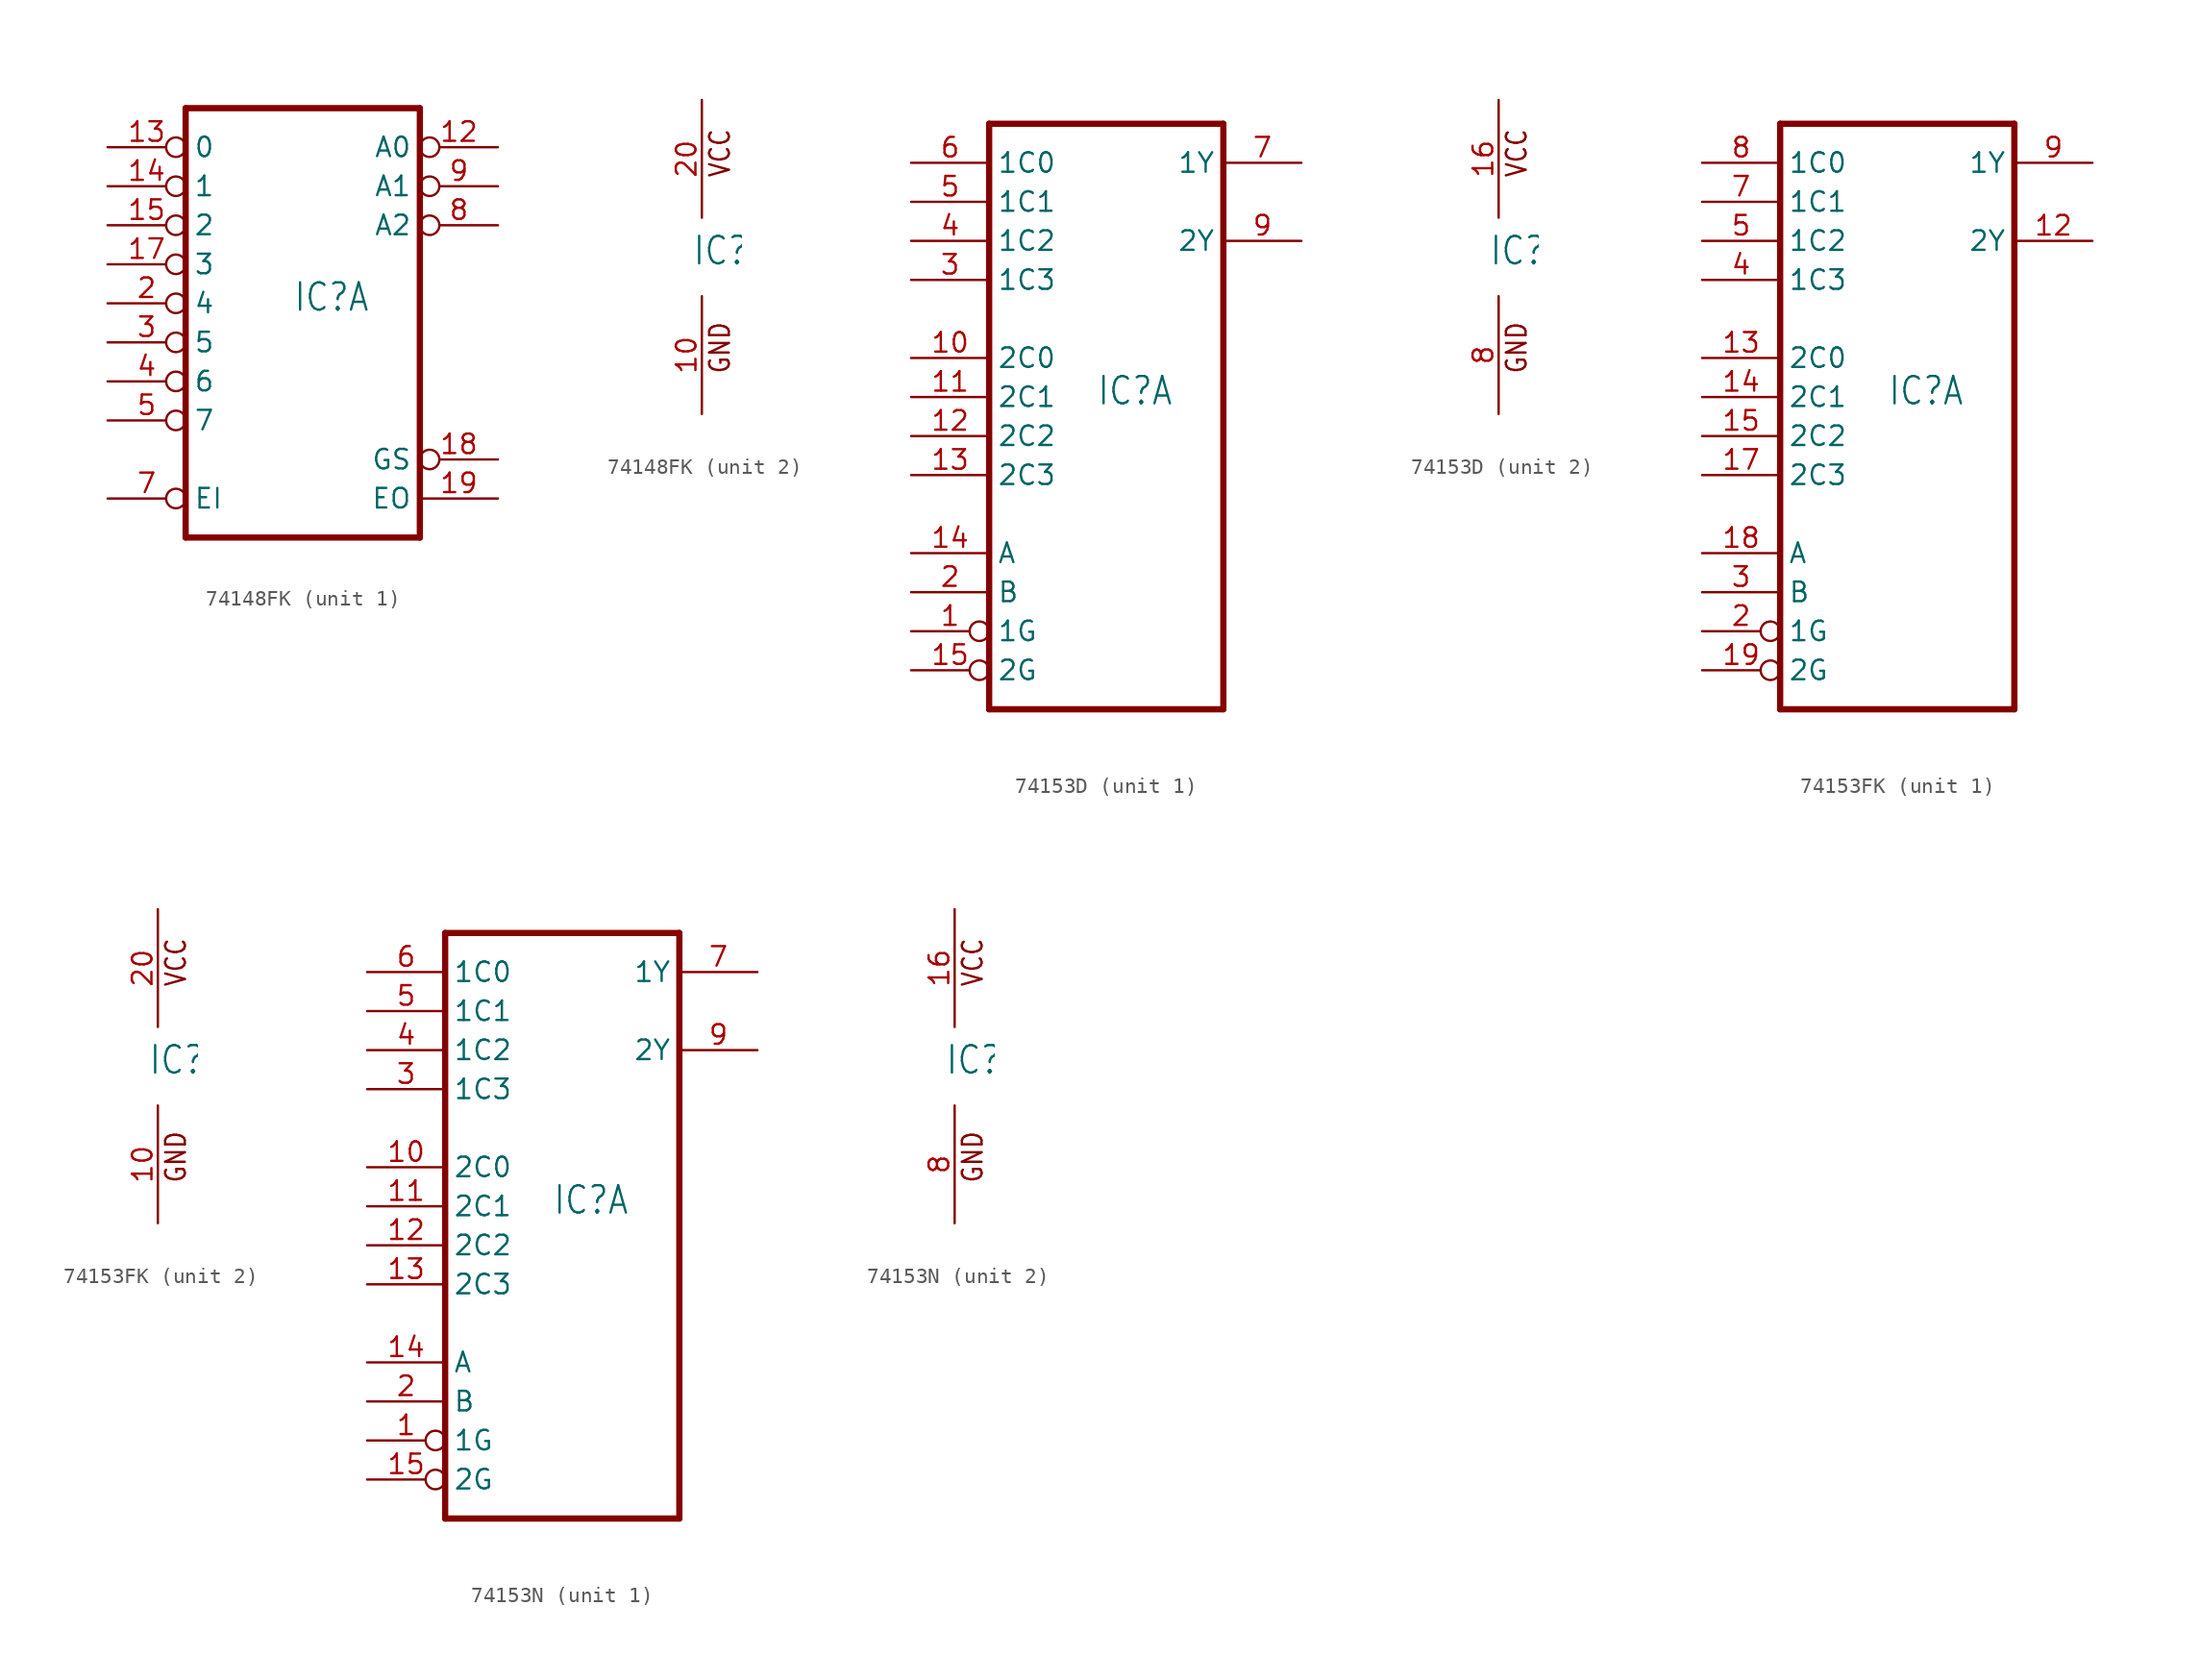
<source format=kicad_sym>
(kicad_symbol_lib
  (version 20231120)
  (generator "kicad_symbol_editor")
  (generator_version "8.0")
  (symbol "74148FK"
    (property "Reference" "IC"
      (at -0.635 -0.635 0)
      (effects (font (size 1.778 1.511)) (justify left bottom)))
    (property "ki_locked" ""
      (at 0 0 0)
      (effects (font (size 1.27 1.27))))
    (symbol "74148FK_1_0"
      (polyline (pts (xy -7.62 -15.24) (xy 7.62 -15.24)) (stroke (width 0.406) (type solid)) (fill (type none)))
      (polyline (pts (xy -7.62 12.7) (xy -7.62 -15.24)) (stroke (width 0.406) (type solid)) (fill (type none)))
      (polyline (pts (xy 7.62 -15.24) (xy 7.62 12.7)) (stroke (width 0.406) (type solid)) (fill (type none)))
      (polyline (pts (xy 7.62 12.7) (xy -7.62 12.7)) (stroke (width 0.406) (type solid)) (fill (type none)))
      (pin output inverted (at 12.7 10.16 180) (length 5.08) (name "A0" (effects (font (size 1.27 1.27)))) (number "12" (effects (font (size 1.27 1.27)))))
      (pin input inverted (at -12.7 10.16 0) (length 5.08) (name "0" (effects (font (size 1.27 1.27)))) (number "13" (effects (font (size 1.27 1.27)))))
      (pin input inverted (at -12.7 7.62 0) (length 5.08) (name "1" (effects (font (size 1.27 1.27)))) (number "14" (effects (font (size 1.27 1.27)))))
      (pin input inverted (at -12.7 5.08 0) (length 5.08) (name "2" (effects (font (size 1.27 1.27)))) (number "15" (effects (font (size 1.27 1.27)))))
      (pin input inverted (at -12.7 2.54 0) (length 5.08) (name "3" (effects (font (size 1.27 1.27)))) (number "17" (effects (font (size 1.27 1.27)))))
      (pin output inverted (at 12.7 -10.16 180) (length 5.08) (name "GS" (effects (font (size 1.27 1.27)))) (number "18" (effects (font (size 1.27 1.27)))))
      (pin output line (at 12.7 -12.7 180) (length 5.08) (name "EO" (effects (font (size 1.27 1.27)))) (number "19" (effects (font (size 1.27 1.27)))))
      (pin input inverted (at -12.7 0 0) (length 5.08) (name "4" (effects (font (size 1.27 1.27)))) (number "2" (effects (font (size 1.27 1.27)))))
      (pin input inverted (at -12.7 -2.54 0) (length 5.08) (name "5" (effects (font (size 1.27 1.27)))) (number "3" (effects (font (size 1.27 1.27)))))
      (pin input inverted (at -12.7 -5.08 0) (length 5.08) (name "6" (effects (font (size 1.27 1.27)))) (number "4" (effects (font (size 1.27 1.27)))))
      (pin input inverted (at -12.7 -7.62 0) (length 5.08) (name "7" (effects (font (size 1.27 1.27)))) (number "5" (effects (font (size 1.27 1.27)))))
      (pin input inverted (at -12.7 -12.7 0) (length 5.08) (name "EI" (effects (font (size 1.27 1.27)))) (number "7" (effects (font (size 1.27 1.27)))))
      (pin output inverted (at 12.7 5.08 180) (length 5.08) (name "A2" (effects (font (size 1.27 1.27)))) (number "8" (effects (font (size 1.27 1.27)))))
      (pin output inverted (at 12.7 7.62 180) (length 5.08) (name "A1" (effects (font (size 1.27 1.27)))) (number "9" (effects (font (size 1.27 1.27))))))
    (symbol "74148FK_2_0"
      (text "GND" (at 1.905 -7.62 900) (effects (font (size 1.27 1.079)) (justify left bottom)))
      (text "VCC" (at 1.905 5.08 900) (effects (font (size 1.27 1.079)) (justify left bottom)))
      (pin power_in line (at 0 -10.16 90) (length 7.62) (name "GND" (effects (font (size 0 0)))) (number "10" (effects (font (size 1.27 1.27)))))
      (pin power_in line (at 0 10.16 270) (length 7.62) (name "VCC" (effects (font (size 0 0)))) (number "20" (effects (font (size 1.27 1.27)))))))
  (symbol "74153D"
    (property "Reference" "IC"
      (at -0.635 -0.635 0)
      (effects (font (size 1.778 1.511)) (justify left bottom)))
    (property "ki_locked" ""
      (at 0 0 0)
      (effects (font (size 1.27 1.27))))
    (symbol "74153D_1_0"
      (polyline (pts (xy -7.62 -20.32) (xy 7.62 -20.32)) (stroke (width 0.406) (type solid)) (fill (type none)))
      (polyline (pts (xy -7.62 17.78) (xy -7.62 -20.32)) (stroke (width 0.406) (type solid)) (fill (type none)))
      (polyline (pts (xy 7.62 -20.32) (xy 7.62 17.78)) (stroke (width 0.406) (type solid)) (fill (type none)))
      (polyline (pts (xy 7.62 17.78) (xy -7.62 17.78)) (stroke (width 0.406) (type solid)) (fill (type none)))
      (pin input inverted (at -12.7 -15.24 0) (length 5.08) (name "1G" (effects (font (size 1.27 1.27)))) (number "1" (effects (font (size 1.27 1.27)))))
      (pin input line (at -12.7 2.54 0) (length 5.08) (name "2C0" (effects (font (size 1.27 1.27)))) (number "10" (effects (font (size 1.27 1.27)))))
      (pin input line (at -12.7 0 0) (length 5.08) (name "2C1" (effects (font (size 1.27 1.27)))) (number "11" (effects (font (size 1.27 1.27)))))
      (pin input line (at -12.7 -2.54 0) (length 5.08) (name "2C2" (effects (font (size 1.27 1.27)))) (number "12" (effects (font (size 1.27 1.27)))))
      (pin input line (at -12.7 -5.08 0) (length 5.08) (name "2C3" (effects (font (size 1.27 1.27)))) (number "13" (effects (font (size 1.27 1.27)))))
      (pin input line (at -12.7 -10.16 0) (length 5.08) (name "A" (effects (font (size 1.27 1.27)))) (number "14" (effects (font (size 1.27 1.27)))))
      (pin input inverted (at -12.7 -17.78 0) (length 5.08) (name "2G" (effects (font (size 1.27 1.27)))) (number "15" (effects (font (size 1.27 1.27)))))
      (pin input line (at -12.7 -12.7 0) (length 5.08) (name "B" (effects (font (size 1.27 1.27)))) (number "2" (effects (font (size 1.27 1.27)))))
      (pin input line (at -12.7 7.62 0) (length 5.08) (name "1C3" (effects (font (size 1.27 1.27)))) (number "3" (effects (font (size 1.27 1.27)))))
      (pin input line (at -12.7 10.16 0) (length 5.08) (name "1C2" (effects (font (size 1.27 1.27)))) (number "4" (effects (font (size 1.27 1.27)))))
      (pin input line (at -12.7 12.7 0) (length 5.08) (name "1C1" (effects (font (size 1.27 1.27)))) (number "5" (effects (font (size 1.27 1.27)))))
      (pin input line (at -12.7 15.24 0) (length 5.08) (name "1C0" (effects (font (size 1.27 1.27)))) (number "6" (effects (font (size 1.27 1.27)))))
      (pin output line (at 12.7 15.24 180) (length 5.08) (name "1Y" (effects (font (size 1.27 1.27)))) (number "7" (effects (font (size 1.27 1.27)))))
      (pin output line (at 12.7 10.16 180) (length 5.08) (name "2Y" (effects (font (size 1.27 1.27)))) (number "9" (effects (font (size 1.27 1.27))))))
    (symbol "74153D_2_0"
      (text "GND" (at 1.905 -7.62 900) (effects (font (size 1.27 1.079)) (justify left bottom)))
      (text "VCC" (at 1.905 5.08 900) (effects (font (size 1.27 1.079)) (justify left bottom)))
      (pin power_in line (at 0 10.16 270) (length 7.62) (name "VCC" (effects (font (size 0 0)))) (number "16" (effects (font (size 1.27 1.27)))))
      (pin power_in line (at 0 -10.16 90) (length 7.62) (name "GND" (effects (font (size 0 0)))) (number "8" (effects (font (size 1.27 1.27)))))))
  (symbol "74153FK"
    (property "Reference" "IC"
      (at -0.635 -0.635 0)
      (effects (font (size 1.778 1.511)) (justify left bottom)))
    (property "ki_locked" ""
      (at 0 0 0)
      (effects (font (size 1.27 1.27))))
    (symbol "74153FK_1_0"
      (polyline (pts (xy -7.62 -20.32) (xy 7.62 -20.32)) (stroke (width 0.406) (type solid)) (fill (type none)))
      (polyline (pts (xy -7.62 17.78) (xy -7.62 -20.32)) (stroke (width 0.406) (type solid)) (fill (type none)))
      (polyline (pts (xy 7.62 -20.32) (xy 7.62 17.78)) (stroke (width 0.406) (type solid)) (fill (type none)))
      (polyline (pts (xy 7.62 17.78) (xy -7.62 17.78)) (stroke (width 0.406) (type solid)) (fill (type none)))
      (pin output line (at 12.7 10.16 180) (length 5.08) (name "2Y" (effects (font (size 1.27 1.27)))) (number "12" (effects (font (size 1.27 1.27)))))
      (pin input line (at -12.7 2.54 0) (length 5.08) (name "2C0" (effects (font (size 1.27 1.27)))) (number "13" (effects (font (size 1.27 1.27)))))
      (pin input line (at -12.7 0 0) (length 5.08) (name "2C1" (effects (font (size 1.27 1.27)))) (number "14" (effects (font (size 1.27 1.27)))))
      (pin input line (at -12.7 -2.54 0) (length 5.08) (name "2C2" (effects (font (size 1.27 1.27)))) (number "15" (effects (font (size 1.27 1.27)))))
      (pin input line (at -12.7 -5.08 0) (length 5.08) (name "2C3" (effects (font (size 1.27 1.27)))) (number "17" (effects (font (size 1.27 1.27)))))
      (pin input line (at -12.7 -10.16 0) (length 5.08) (name "A" (effects (font (size 1.27 1.27)))) (number "18" (effects (font (size 1.27 1.27)))))
      (pin input inverted (at -12.7 -17.78 0) (length 5.08) (name "2G" (effects (font (size 1.27 1.27)))) (number "19" (effects (font (size 1.27 1.27)))))
      (pin input inverted (at -12.7 -15.24 0) (length 5.08) (name "1G" (effects (font (size 1.27 1.27)))) (number "2" (effects (font (size 1.27 1.27)))))
      (pin input line (at -12.7 -12.7 0) (length 5.08) (name "B" (effects (font (size 1.27 1.27)))) (number "3" (effects (font (size 1.27 1.27)))))
      (pin input line (at -12.7 7.62 0) (length 5.08) (name "1C3" (effects (font (size 1.27 1.27)))) (number "4" (effects (font (size 1.27 1.27)))))
      (pin input line (at -12.7 10.16 0) (length 5.08) (name "1C2" (effects (font (size 1.27 1.27)))) (number "5" (effects (font (size 1.27 1.27)))))
      (pin input line (at -12.7 12.7 0) (length 5.08) (name "1C1" (effects (font (size 1.27 1.27)))) (number "7" (effects (font (size 1.27 1.27)))))
      (pin input line (at -12.7 15.24 0) (length 5.08) (name "1C0" (effects (font (size 1.27 1.27)))) (number "8" (effects (font (size 1.27 1.27)))))
      (pin output line (at 12.7 15.24 180) (length 5.08) (name "1Y" (effects (font (size 1.27 1.27)))) (number "9" (effects (font (size 1.27 1.27))))))
    (symbol "74153FK_2_0"
      (text "GND" (at 1.905 -7.62 900) (effects (font (size 1.27 1.079)) (justify left bottom)))
      (text "VCC" (at 1.905 5.08 900) (effects (font (size 1.27 1.079)) (justify left bottom)))
      (pin power_in line (at 0 -10.16 90) (length 7.62) (name "GND" (effects (font (size 0 0)))) (number "10" (effects (font (size 1.27 1.27)))))
      (pin power_in line (at 0 10.16 270) (length 7.62) (name "VCC" (effects (font (size 0 0)))) (number "20" (effects (font (size 1.27 1.27)))))))
  (symbol "74153N"
    (property "Reference" "IC"
      (at -0.635 -0.635 0)
      (effects (font (size 1.778 1.511)) (justify left bottom)))
    (property "ki_locked" ""
      (at 0 0 0)
      (effects (font (size 1.27 1.27))))
    (symbol "74153N_1_0"
      (polyline (pts (xy -7.62 -20.32) (xy 7.62 -20.32)) (stroke (width 0.406) (type solid)) (fill (type none)))
      (polyline (pts (xy -7.62 17.78) (xy -7.62 -20.32)) (stroke (width 0.406) (type solid)) (fill (type none)))
      (polyline (pts (xy 7.62 -20.32) (xy 7.62 17.78)) (stroke (width 0.406) (type solid)) (fill (type none)))
      (polyline (pts (xy 7.62 17.78) (xy -7.62 17.78)) (stroke (width 0.406) (type solid)) (fill (type none)))
      (pin input inverted (at -12.7 -15.24 0) (length 5.08) (name "1G" (effects (font (size 1.27 1.27)))) (number "1" (effects (font (size 1.27 1.27)))))
      (pin input line (at -12.7 2.54 0) (length 5.08) (name "2C0" (effects (font (size 1.27 1.27)))) (number "10" (effects (font (size 1.27 1.27)))))
      (pin input line (at -12.7 0 0) (length 5.08) (name "2C1" (effects (font (size 1.27 1.27)))) (number "11" (effects (font (size 1.27 1.27)))))
      (pin input line (at -12.7 -2.54 0) (length 5.08) (name "2C2" (effects (font (size 1.27 1.27)))) (number "12" (effects (font (size 1.27 1.27)))))
      (pin input line (at -12.7 -5.08 0) (length 5.08) (name "2C3" (effects (font (size 1.27 1.27)))) (number "13" (effects (font (size 1.27 1.27)))))
      (pin input line (at -12.7 -10.16 0) (length 5.08) (name "A" (effects (font (size 1.27 1.27)))) (number "14" (effects (font (size 1.27 1.27)))))
      (pin input inverted (at -12.7 -17.78 0) (length 5.08) (name "2G" (effects (font (size 1.27 1.27)))) (number "15" (effects (font (size 1.27 1.27)))))
      (pin input line (at -12.7 -12.7 0) (length 5.08) (name "B" (effects (font (size 1.27 1.27)))) (number "2" (effects (font (size 1.27 1.27)))))
      (pin input line (at -12.7 7.62 0) (length 5.08) (name "1C3" (effects (font (size 1.27 1.27)))) (number "3" (effects (font (size 1.27 1.27)))))
      (pin input line (at -12.7 10.16 0) (length 5.08) (name "1C2" (effects (font (size 1.27 1.27)))) (number "4" (effects (font (size 1.27 1.27)))))
      (pin input line (at -12.7 12.7 0) (length 5.08) (name "1C1" (effects (font (size 1.27 1.27)))) (number "5" (effects (font (size 1.27 1.27)))))
      (pin input line (at -12.7 15.24 0) (length 5.08) (name "1C0" (effects (font (size 1.27 1.27)))) (number "6" (effects (font (size 1.27 1.27)))))
      (pin output line (at 12.7 15.24 180) (length 5.08) (name "1Y" (effects (font (size 1.27 1.27)))) (number "7" (effects (font (size 1.27 1.27)))))
      (pin output line (at 12.7 10.16 180) (length 5.08) (name "2Y" (effects (font (size 1.27 1.27)))) (number "9" (effects (font (size 1.27 1.27))))))
    (symbol "74153N_2_0"
      (text "GND" (at 1.905 -7.62 900) (effects (font (size 1.27 1.079)) (justify left bottom)))
      (text "VCC" (at 1.905 5.08 900) (effects (font (size 1.27 1.079)) (justify left bottom)))
      (pin power_in line (at 0 10.16 270) (length 7.62) (name "VCC" (effects (font (size 0 0)))) (number "16" (effects (font (size 1.27 1.27)))))
      (pin power_in line (at 0 -10.16 90) (length 7.62) (name "GND" (effects (font (size 0 0)))) (number "8" (effects (font (size 1.27 1.27))))))))
</source>
